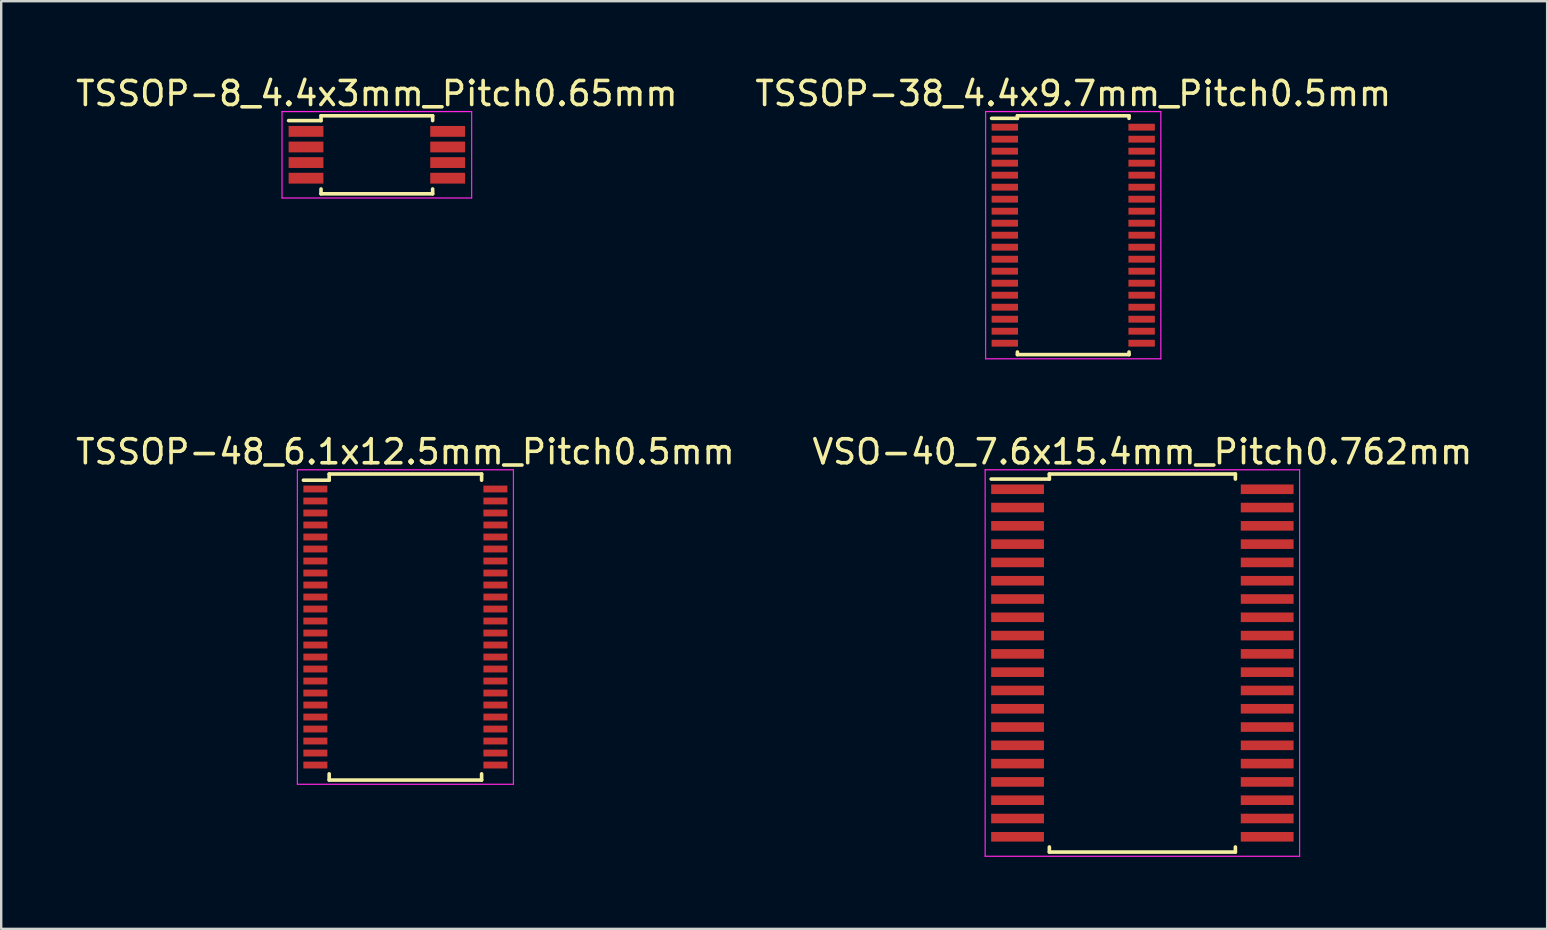
<source format=kicad_pcb>
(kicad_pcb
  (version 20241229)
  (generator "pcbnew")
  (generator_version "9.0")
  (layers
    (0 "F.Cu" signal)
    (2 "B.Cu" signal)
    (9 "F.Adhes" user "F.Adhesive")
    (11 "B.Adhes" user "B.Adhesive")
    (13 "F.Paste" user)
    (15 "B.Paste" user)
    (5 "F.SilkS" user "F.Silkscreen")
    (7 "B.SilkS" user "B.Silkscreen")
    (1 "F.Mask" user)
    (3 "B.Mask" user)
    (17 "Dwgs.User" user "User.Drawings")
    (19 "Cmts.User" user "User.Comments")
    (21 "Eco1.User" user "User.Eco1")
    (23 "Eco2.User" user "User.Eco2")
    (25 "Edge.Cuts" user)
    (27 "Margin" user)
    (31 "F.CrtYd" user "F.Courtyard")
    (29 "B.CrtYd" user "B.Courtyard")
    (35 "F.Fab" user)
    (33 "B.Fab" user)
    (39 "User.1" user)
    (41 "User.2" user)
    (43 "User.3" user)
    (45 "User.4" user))
  (footprint "VSO-40_7.6x15.4mm_Pitch0.762mm"
    (layer "F.Cu")
    (at 44.542 24.572)
    (property "Reference" "VSO-40_7.6x15.4mm_Pitch0.762mm" (at 0 -8.8 0) (layer "F.SilkS") (effects (font (size 1 1) (thickness 0.15))))
    (attr smd)
    (fp_line (start -3.875 -7.875) (end -3.875 -7.664) (stroke (width 0.15) (type solid)) (layer "F.SilkS"))
    (fp_line (start -3.875 -7.875) (end 3.875 -7.875) (stroke (width 0.15) (type solid)) (layer "F.SilkS"))
    (fp_line (start -3.875 -7.664) (end -6.3 -7.664) (stroke (width 0.15) (type solid)) (layer "F.SilkS"))
    (fp_line (start -3.875 7.875) (end -3.875 7.664) (stroke (width 0.15) (type solid)) (layer "F.SilkS"))
    (fp_line (start -3.875 7.875) (end 3.875 7.875) (stroke (width 0.15) (type solid)) (layer "F.SilkS"))
    (fp_line (start 3.875 -7.875) (end 3.875 -7.664) (stroke (width 0.15) (type solid)) (layer "F.SilkS"))
    (fp_line (start 3.875 7.875) (end 3.875 7.664) (stroke (width 0.15) (type solid)) (layer "F.SilkS"))
    (fp_line (start -6.55 -8.05) (end -6.55 8.05) (stroke (width 0.05) (type solid)) (layer "F.CrtYd"))
    (fp_line (start -6.55 -8.05) (end 6.55 -8.05) (stroke (width 0.05) (type solid)) (layer "F.CrtYd"))
    (fp_line (start -6.55 8.05) (end 6.55 8.05) (stroke (width 0.05) (type solid)) (layer "F.CrtYd"))
    (fp_line (start 6.55 -8.05) (end 6.55 8.05) (stroke (width 0.05) (type solid)) (layer "F.CrtYd"))
    (pad "1" smd rect (at -5.2 -7.239) (size 2.2 0.4) (layers "F.Cu" "F.Mask" "F.Paste"))
    (pad "2" smd rect (at -5.2 -6.477) (size 2.2 0.4) (layers "F.Cu" "F.Mask" "F.Paste"))
    (pad "3" smd rect (at -5.2 -5.715) (size 2.2 0.4) (layers "F.Cu" "F.Mask" "F.Paste"))
    (pad "4" smd rect (at -5.2 -4.953) (size 2.2 0.4) (layers "F.Cu" "F.Mask" "F.Paste"))
    (pad "5" smd rect (at -5.2 -4.191) (size 2.2 0.4) (layers "F.Cu" "F.Mask" "F.Paste"))
    (pad "6" smd rect (at -5.2 -3.429) (size 2.2 0.4) (layers "F.Cu" "F.Mask" "F.Paste"))
    (pad "7" smd rect (at -5.2 -2.667) (size 2.2 0.4) (layers "F.Cu" "F.Mask" "F.Paste"))
    (pad "8" smd rect (at -5.2 -1.905) (size 2.2 0.4) (layers "F.Cu" "F.Mask" "F.Paste"))
    (pad "9" smd rect (at -5.2 -1.143) (size 2.2 0.4) (layers "F.Cu" "F.Mask" "F.Paste"))
    (pad "10" smd rect (at -5.2 -0.381) (size 2.2 0.4) (layers "F.Cu" "F.Mask" "F.Paste"))
    (pad "11" smd rect (at -5.2 0.381) (size 2.2 0.4) (layers "F.Cu" "F.Mask" "F.Paste"))
    (pad "12" smd rect (at -5.2 1.143) (size 2.2 0.4) (layers "F.Cu" "F.Mask" "F.Paste"))
    (pad "13" smd rect (at -5.2 1.905) (size 2.2 0.4) (layers "F.Cu" "F.Mask" "F.Paste"))
    (pad "14" smd rect (at -5.2 2.667) (size 2.2 0.4) (layers "F.Cu" "F.Mask" "F.Paste"))
    (pad "15" smd rect (at -5.2 3.429) (size 2.2 0.4) (layers "F.Cu" "F.Mask" "F.Paste"))
    (pad "16" smd rect (at -5.2 4.191) (size 2.2 0.4) (layers "F.Cu" "F.Mask" "F.Paste"))
    (pad "17" smd rect (at -5.2 4.953) (size 2.2 0.4) (layers "F.Cu" "F.Mask" "F.Paste"))
    (pad "18" smd rect (at -5.2 5.715) (size 2.2 0.4) (layers "F.Cu" "F.Mask" "F.Paste"))
    (pad "19" smd rect (at -5.2 6.477) (size 2.2 0.4) (layers "F.Cu" "F.Mask" "F.Paste"))
    (pad "20" smd rect (at -5.2 7.239) (size 2.2 0.4) (layers "F.Cu" "F.Mask" "F.Paste"))
    (pad "21" smd rect (at 5.2 7.239) (size 2.2 0.4) (layers "F.Cu" "F.Mask" "F.Paste"))
    (pad "22" smd rect (at 5.2 6.477) (size 2.2 0.4) (layers "F.Cu" "F.Mask" "F.Paste"))
    (pad "23" smd rect (at 5.2 5.715) (size 2.2 0.4) (layers "F.Cu" "F.Mask" "F.Paste"))
    (pad "24" smd rect (at 5.2 4.953) (size 2.2 0.4) (layers "F.Cu" "F.Mask" "F.Paste"))
    (pad "25" smd rect (at 5.2 4.191) (size 2.2 0.4) (layers "F.Cu" "F.Mask" "F.Paste"))
    (pad "26" smd rect (at 5.2 3.429) (size 2.2 0.4) (layers "F.Cu" "F.Mask" "F.Paste"))
    (pad "27" smd rect (at 5.2 2.667) (size 2.2 0.4) (layers "F.Cu" "F.Mask" "F.Paste"))
    (pad "28" smd rect (at 5.2 1.905) (size 2.2 0.4) (layers "F.Cu" "F.Mask" "F.Paste"))
    (pad "29" smd rect (at 5.2 1.143) (size 2.2 0.4) (layers "F.Cu" "F.Mask" "F.Paste"))
    (pad "30" smd rect (at 5.2 0.381) (size 2.2 0.4) (layers "F.Cu" "F.Mask" "F.Paste"))
    (pad "31" smd rect (at 5.2 -0.381) (size 2.2 0.4) (layers "F.Cu" "F.Mask" "F.Paste"))
    (pad "32" smd rect (at 5.2 -1.143) (size 2.2 0.4) (layers "F.Cu" "F.Mask" "F.Paste"))
    (pad "33" smd rect (at 5.2 -1.905) (size 2.2 0.4) (layers "F.Cu" "F.Mask" "F.Paste"))
    (pad "34" smd rect (at 5.2 -2.667) (size 2.2 0.4) (layers "F.Cu" "F.Mask" "F.Paste"))
    (pad "35" smd rect (at 5.2 -3.429) (size 2.2 0.4) (layers "F.Cu" "F.Mask" "F.Paste"))
    (pad "36" smd rect (at 5.2 -4.191) (size 2.2 0.4) (layers "F.Cu" "F.Mask" "F.Paste"))
    (pad "37" smd rect (at 5.2 -4.953) (size 2.2 0.4) (layers "F.Cu" "F.Mask" "F.Paste"))
    (pad "38" smd rect (at 5.2 -5.715) (size 2.2 0.4) (layers "F.Cu" "F.Mask" "F.Paste"))
    (pad "39" smd rect (at 5.2 -6.477) (size 2.2 0.4) (layers "F.Cu" "F.Mask" "F.Paste"))
    (pad "40" smd rect (at 5.2 -7.239) (size 2.2 0.4) (layers "F.Cu" "F.Mask" "F.Paste")))
  (footprint "TSSOP-38_4.4x9.7mm_Pitch0.5mm"
    (layer "F.Cu")
    (at 41.661 6.748)
    (property "Reference" "TSSOP-38_4.4x9.7mm_Pitch0.5mm" (at 0 -5.9 0) (layer "F.SilkS") (effects (font (size 1 1) (thickness 0.15))))
    (attr smd)
    (fp_line (start -2.325 -4.975) (end -2.325 -4.867) (stroke (width 0.15) (type solid)) (layer "F.SilkS"))
    (fp_line (start -2.325 -4.975) (end 2.325 -4.975) (stroke (width 0.15) (type solid)) (layer "F.SilkS"))
    (fp_line (start -2.325 -4.867) (end -3.4 -4.867) (stroke (width 0.15) (type solid)) (layer "F.SilkS"))
    (fp_line (start -2.325 4.975) (end -2.325 4.867) (stroke (width 0.15) (type solid)) (layer "F.SilkS"))
    (fp_line (start -2.325 4.975) (end 2.325 4.975) (stroke (width 0.15) (type solid)) (layer "F.SilkS"))
    (fp_line (start 2.325 -4.975) (end 2.325 -4.867) (stroke (width 0.15) (type solid)) (layer "F.SilkS"))
    (fp_line (start 2.325 4.975) (end 2.325 4.867) (stroke (width 0.15) (type solid)) (layer "F.SilkS"))
    (fp_line (start -3.65 -5.15) (end -3.65 5.15) (stroke (width 0.05) (type solid)) (layer "F.CrtYd"))
    (fp_line (start -3.65 -5.15) (end 3.65 -5.15) (stroke (width 0.05) (type solid)) (layer "F.CrtYd"))
    (fp_line (start -3.65 5.15) (end 3.65 5.15) (stroke (width 0.05) (type solid)) (layer "F.CrtYd"))
    (fp_line (start 3.65 -5.15) (end 3.65 5.15) (stroke (width 0.05) (type solid)) (layer "F.CrtYd"))
    (pad "1" smd rect (at -2.85 -4.5) (size 1.1 0.285) (layers "F.Cu" "F.Mask" "F.Paste"))
    (pad "2" smd rect (at -2.85 -4) (size 1.1 0.285) (layers "F.Cu" "F.Mask" "F.Paste"))
    (pad "3" smd rect (at -2.85 -3.5) (size 1.1 0.285) (layers "F.Cu" "F.Mask" "F.Paste"))
    (pad "4" smd rect (at -2.85 -3) (size 1.1 0.285) (layers "F.Cu" "F.Mask" "F.Paste"))
    (pad "5" smd rect (at -2.85 -2.5) (size 1.1 0.285) (layers "F.Cu" "F.Mask" "F.Paste"))
    (pad "6" smd rect (at -2.85 -2) (size 1.1 0.285) (layers "F.Cu" "F.Mask" "F.Paste"))
    (pad "7" smd rect (at -2.85 -1.5) (size 1.1 0.285) (layers "F.Cu" "F.Mask" "F.Paste"))
    (pad "8" smd rect (at -2.85 -1) (size 1.1 0.285) (layers "F.Cu" "F.Mask" "F.Paste"))
    (pad "9" smd rect (at -2.85 -0.5) (size 1.1 0.285) (layers "F.Cu" "F.Mask" "F.Paste"))
    (pad "10" smd rect (at -2.85 0) (size 1.1 0.285) (layers "F.Cu" "F.Mask" "F.Paste"))
    (pad "11" smd rect (at -2.85 0.5) (size 1.1 0.285) (layers "F.Cu" "F.Mask" "F.Paste"))
    (pad "12" smd rect (at -2.85 1) (size 1.1 0.285) (layers "F.Cu" "F.Mask" "F.Paste"))
    (pad "13" smd rect (at -2.85 1.5) (size 1.1 0.285) (layers "F.Cu" "F.Mask" "F.Paste"))
    (pad "14" smd rect (at -2.85 2) (size 1.1 0.285) (layers "F.Cu" "F.Mask" "F.Paste"))
    (pad "15" smd rect (at -2.85 2.5) (size 1.1 0.285) (layers "F.Cu" "F.Mask" "F.Paste"))
    (pad "16" smd rect (at -2.85 3) (size 1.1 0.285) (layers "F.Cu" "F.Mask" "F.Paste"))
    (pad "17" smd rect (at -2.85 3.5) (size 1.1 0.285) (layers "F.Cu" "F.Mask" "F.Paste"))
    (pad "18" smd rect (at -2.85 4) (size 1.1 0.285) (layers "F.Cu" "F.Mask" "F.Paste"))
    (pad "19" smd rect (at -2.85 4.5) (size 1.1 0.285) (layers "F.Cu" "F.Mask" "F.Paste"))
    (pad "20" smd rect (at 2.85 4.5) (size 1.1 0.285) (layers "F.Cu" "F.Mask" "F.Paste"))
    (pad "21" smd rect (at 2.85 4) (size 1.1 0.285) (layers "F.Cu" "F.Mask" "F.Paste"))
    (pad "22" smd rect (at 2.85 3.5) (size 1.1 0.285) (layers "F.Cu" "F.Mask" "F.Paste"))
    (pad "23" smd rect (at 2.85 3) (size 1.1 0.285) (layers "F.Cu" "F.Mask" "F.Paste"))
    (pad "24" smd rect (at 2.85 2.5) (size 1.1 0.285) (layers "F.Cu" "F.Mask" "F.Paste"))
    (pad "25" smd rect (at 2.85 2) (size 1.1 0.285) (layers "F.Cu" "F.Mask" "F.Paste"))
    (pad "26" smd rect (at 2.85 1.5) (size 1.1 0.285) (layers "F.Cu" "F.Mask" "F.Paste"))
    (pad "27" smd rect (at 2.85 1) (size 1.1 0.285) (layers "F.Cu" "F.Mask" "F.Paste"))
    (pad "28" smd rect (at 2.85 0.5) (size 1.1 0.285) (layers "F.Cu" "F.Mask" "F.Paste"))
    (pad "29" smd rect (at 2.85 0) (size 1.1 0.285) (layers "F.Cu" "F.Mask" "F.Paste"))
    (pad "30" smd rect (at 2.85 -0.5) (size 1.1 0.285) (layers "F.Cu" "F.Mask" "F.Paste"))
    (pad "31" smd rect (at 2.85 -1) (size 1.1 0.285) (layers "F.Cu" "F.Mask" "F.Paste"))
    (pad "32" smd rect (at 2.85 -1.5) (size 1.1 0.285) (layers "F.Cu" "F.Mask" "F.Paste"))
    (pad "33" smd rect (at 2.85 -2) (size 1.1 0.285) (layers "F.Cu" "F.Mask" "F.Paste"))
    (pad "34" smd rect (at 2.85 -2.5) (size 1.1 0.285) (layers "F.Cu" "F.Mask" "F.Paste"))
    (pad "35" smd rect (at 2.85 -3) (size 1.1 0.285) (layers "F.Cu" "F.Mask" "F.Paste"))
    (pad "36" smd rect (at 2.85 -3.5) (size 1.1 0.285) (layers "F.Cu" "F.Mask" "F.Paste"))
    (pad "37" smd rect (at 2.85 -4) (size 1.1 0.285) (layers "F.Cu" "F.Mask" "F.Paste"))
    (pad "38" smd rect (at 2.85 -4.5) (size 1.1 0.285) (layers "F.Cu" "F.Mask" "F.Paste")))
  (footprint "TSSOP-48_6.1x12.5mm_Pitch0.5mm"
    (layer "F.Cu")
    (at 13.839 23.072)
    (property "Reference" "TSSOP-48_6.1x12.5mm_Pitch0.5mm" (at 0 -7.3 0) (layer "F.SilkS") (effects (font (size 1 1) (thickness 0.15))))
    (attr smd)
    (fp_line (start -3.175 -6.375) (end -3.175 -6.117) (stroke (width 0.15) (type solid)) (layer "F.SilkS"))
    (fp_line (start -3.175 -6.375) (end 3.175 -6.375) (stroke (width 0.15) (type solid)) (layer "F.SilkS"))
    (fp_line (start -3.175 -6.117) (end -4.25 -6.117) (stroke (width 0.15) (type solid)) (layer "F.SilkS"))
    (fp_line (start -3.175 6.375) (end -3.175 6.117) (stroke (width 0.15) (type solid)) (layer "F.SilkS"))
    (fp_line (start -3.175 6.375) (end 3.175 6.375) (stroke (width 0.15) (type solid)) (layer "F.SilkS"))
    (fp_line (start 3.175 -6.375) (end 3.175 -6.117) (stroke (width 0.15) (type solid)) (layer "F.SilkS"))
    (fp_line (start 3.175 6.375) (end 3.175 6.117) (stroke (width 0.15) (type solid)) (layer "F.SilkS"))
    (fp_line (start -4.5 -6.55) (end -4.5 6.55) (stroke (width 0.05) (type solid)) (layer "F.CrtYd"))
    (fp_line (start -4.5 -6.55) (end 4.5 -6.55) (stroke (width 0.05) (type solid)) (layer "F.CrtYd"))
    (fp_line (start -4.5 6.55) (end 4.5 6.55) (stroke (width 0.05) (type solid)) (layer "F.CrtYd"))
    (fp_line (start 4.5 -6.55) (end 4.5 6.55) (stroke (width 0.05) (type solid)) (layer "F.CrtYd"))
    (pad "1" smd rect (at -3.75 -5.75) (size 1 0.285) (layers "F.Cu" "F.Mask" "F.Paste"))
    (pad "2" smd rect (at -3.75 -5.25) (size 1 0.285) (layers "F.Cu" "F.Mask" "F.Paste"))
    (pad "3" smd rect (at -3.75 -4.75) (size 1 0.285) (layers "F.Cu" "F.Mask" "F.Paste"))
    (pad "4" smd rect (at -3.75 -4.25) (size 1 0.285) (layers "F.Cu" "F.Mask" "F.Paste"))
    (pad "5" smd rect (at -3.75 -3.75) (size 1 0.285) (layers "F.Cu" "F.Mask" "F.Paste"))
    (pad "6" smd rect (at -3.75 -3.25) (size 1 0.285) (layers "F.Cu" "F.Mask" "F.Paste"))
    (pad "7" smd rect (at -3.75 -2.75) (size 1 0.285) (layers "F.Cu" "F.Mask" "F.Paste"))
    (pad "8" smd rect (at -3.75 -2.25) (size 1 0.285) (layers "F.Cu" "F.Mask" "F.Paste"))
    (pad "9" smd rect (at -3.75 -1.75) (size 1 0.285) (layers "F.Cu" "F.Mask" "F.Paste"))
    (pad "10" smd rect (at -3.75 -1.25) (size 1 0.285) (layers "F.Cu" "F.Mask" "F.Paste"))
    (pad "11" smd rect (at -3.75 -0.75) (size 1 0.285) (layers "F.Cu" "F.Mask" "F.Paste"))
    (pad "12" smd rect (at -3.75 -0.25) (size 1 0.285) (layers "F.Cu" "F.Mask" "F.Paste"))
    (pad "13" smd rect (at -3.75 0.25) (size 1 0.285) (layers "F.Cu" "F.Mask" "F.Paste"))
    (pad "14" smd rect (at -3.75 0.75) (size 1 0.285) (layers "F.Cu" "F.Mask" "F.Paste"))
    (pad "15" smd rect (at -3.75 1.25) (size 1 0.285) (layers "F.Cu" "F.Mask" "F.Paste"))
    (pad "16" smd rect (at -3.75 1.75) (size 1 0.285) (layers "F.Cu" "F.Mask" "F.Paste"))
    (pad "17" smd rect (at -3.75 2.25) (size 1 0.285) (layers "F.Cu" "F.Mask" "F.Paste"))
    (pad "18" smd rect (at -3.75 2.75) (size 1 0.285) (layers "F.Cu" "F.Mask" "F.Paste"))
    (pad "19" smd rect (at -3.75 3.25) (size 1 0.285) (layers "F.Cu" "F.Mask" "F.Paste"))
    (pad "20" smd rect (at -3.75 3.75) (size 1 0.285) (layers "F.Cu" "F.Mask" "F.Paste"))
    (pad "21" smd rect (at -3.75 4.25) (size 1 0.285) (layers "F.Cu" "F.Mask" "F.Paste"))
    (pad "22" smd rect (at -3.75 4.75) (size 1 0.285) (layers "F.Cu" "F.Mask" "F.Paste"))
    (pad "23" smd rect (at -3.75 5.25) (size 1 0.285) (layers "F.Cu" "F.Mask" "F.Paste"))
    (pad "24" smd rect (at -3.75 5.75) (size 1 0.285) (layers "F.Cu" "F.Mask" "F.Paste"))
    (pad "25" smd rect (at 3.75 5.75) (size 1 0.285) (layers "F.Cu" "F.Mask" "F.Paste"))
    (pad "26" smd rect (at 3.75 5.25) (size 1 0.285) (layers "F.Cu" "F.Mask" "F.Paste"))
    (pad "27" smd rect (at 3.75 4.75) (size 1 0.285) (layers "F.Cu" "F.Mask" "F.Paste"))
    (pad "28" smd rect (at 3.75 4.25) (size 1 0.285) (layers "F.Cu" "F.Mask" "F.Paste"))
    (pad "29" smd rect (at 3.75 3.75) (size 1 0.285) (layers "F.Cu" "F.Mask" "F.Paste"))
    (pad "30" smd rect (at 3.75 3.25) (size 1 0.285) (layers "F.Cu" "F.Mask" "F.Paste"))
    (pad "31" smd rect (at 3.75 2.75) (size 1 0.285) (layers "F.Cu" "F.Mask" "F.Paste"))
    (pad "32" smd rect (at 3.75 2.25) (size 1 0.285) (layers "F.Cu" "F.Mask" "F.Paste"))
    (pad "33" smd rect (at 3.75 1.75) (size 1 0.285) (layers "F.Cu" "F.Mask" "F.Paste"))
    (pad "34" smd rect (at 3.75 1.25) (size 1 0.285) (layers "F.Cu" "F.Mask" "F.Paste"))
    (pad "35" smd rect (at 3.75 0.75) (size 1 0.285) (layers "F.Cu" "F.Mask" "F.Paste"))
    (pad "36" smd rect (at 3.75 0.25) (size 1 0.285) (layers "F.Cu" "F.Mask" "F.Paste"))
    (pad "37" smd rect (at 3.75 -0.25) (size 1 0.285) (layers "F.Cu" "F.Mask" "F.Paste"))
    (pad "38" smd rect (at 3.75 -0.75) (size 1 0.285) (layers "F.Cu" "F.Mask" "F.Paste"))
    (pad "39" smd rect (at 3.75 -1.25) (size 1 0.285) (layers "F.Cu" "F.Mask" "F.Paste"))
    (pad "40" smd rect (at 3.75 -1.75) (size 1 0.285) (layers "F.Cu" "F.Mask" "F.Paste"))
    (pad "41" smd rect (at 3.75 -2.25) (size 1 0.285) (layers "F.Cu" "F.Mask" "F.Paste"))
    (pad "42" smd rect (at 3.75 -2.75) (size 1 0.285) (layers "F.Cu" "F.Mask" "F.Paste"))
    (pad "43" smd rect (at 3.75 -3.25) (size 1 0.285) (layers "F.Cu" "F.Mask" "F.Paste"))
    (pad "44" smd rect (at 3.75 -3.75) (size 1 0.285) (layers "F.Cu" "F.Mask" "F.Paste"))
    (pad "45" smd rect (at 3.75 -4.25) (size 1 0.285) (layers "F.Cu" "F.Mask" "F.Paste"))
    (pad "46" smd rect (at 3.75 -4.75) (size 1 0.285) (layers "F.Cu" "F.Mask" "F.Paste"))
    (pad "47" smd rect (at 3.75 -5.25) (size 1 0.285) (layers "F.Cu" "F.Mask" "F.Paste"))
    (pad "48" smd rect (at 3.75 -5.75) (size 1 0.285) (layers "F.Cu" "F.Mask" "F.Paste")))
  (footprint "TSSOP-8_4.4x3mm_Pitch0.65mm"
    (layer "F.Cu")
    (at 12.649 3.398)
    (property "Reference" "TSSOP-8_4.4x3mm_Pitch0.65mm" (at 0 -2.55 0) (layer "F.SilkS") (effects (font (size 1 1) (thickness 0.15))))
    (attr smd)
    (fp_line (start -2.325 -1.625) (end -2.325 -1.425) (stroke (width 0.15) (type solid)) (layer "F.SilkS"))
    (fp_line (start -2.325 -1.625) (end 2.325 -1.625) (stroke (width 0.15) (type solid)) (layer "F.SilkS"))
    (fp_line (start -2.325 -1.425) (end -3.675 -1.425) (stroke (width 0.15) (type solid)) (layer "F.SilkS"))
    (fp_line (start -2.325 1.625) (end -2.325 1.425) (stroke (width 0.15) (type solid)) (layer "F.SilkS"))
    (fp_line (start -2.325 1.625) (end 2.325 1.625) (stroke (width 0.15) (type solid)) (layer "F.SilkS"))
    (fp_line (start 2.325 -1.625) (end 2.325 -1.425) (stroke (width 0.15) (type solid)) (layer "F.SilkS"))
    (fp_line (start 2.325 1.625) (end 2.325 1.425) (stroke (width 0.15) (type solid)) (layer "F.SilkS"))
    (fp_line (start -3.95 -1.8) (end -3.95 1.8) (stroke (width 0.05) (type solid)) (layer "F.CrtYd"))
    (fp_line (start -3.95 -1.8) (end 3.95 -1.8) (stroke (width 0.05) (type solid)) (layer "F.CrtYd"))
    (fp_line (start -3.95 1.8) (end 3.95 1.8) (stroke (width 0.05) (type solid)) (layer "F.CrtYd"))
    (fp_line (start 3.95 -1.8) (end 3.95 1.8) (stroke (width 0.05) (type solid)) (layer "F.CrtYd"))
    (pad "1" smd rect (at -2.95 -0.975) (size 1.45 0.45) (layers "F.Cu" "F.Mask" "F.Paste"))
    (pad "2" smd rect (at -2.95 -0.325) (size 1.45 0.45) (layers "F.Cu" "F.Mask" "F.Paste"))
    (pad "3" smd rect (at -2.95 0.325) (size 1.45 0.45) (layers "F.Cu" "F.Mask" "F.Paste"))
    (pad "4" smd rect (at -2.95 0.975) (size 1.45 0.45) (layers "F.Cu" "F.Mask" "F.Paste"))
    (pad "5" smd rect (at 2.95 0.975) (size 1.45 0.45) (layers "F.Cu" "F.Mask" "F.Paste"))
    (pad "6" smd rect (at 2.95 0.325) (size 1.45 0.45) (layers "F.Cu" "F.Mask" "F.Paste"))
    (pad "7" smd rect (at 2.95 -0.325) (size 1.45 0.45) (layers "F.Cu" "F.Mask" "F.Paste"))
    (pad "8" smd rect (at 2.95 -0.975) (size 1.45 0.45) (layers "F.Cu" "F.Mask" "F.Paste")))
  (gr_rect
    (start -3 -3)
    (end 61.405 35.647)
    (stroke (width 0.1) (type default))
    (fill no)
    (layer "Edge.Cuts")))
</source>
